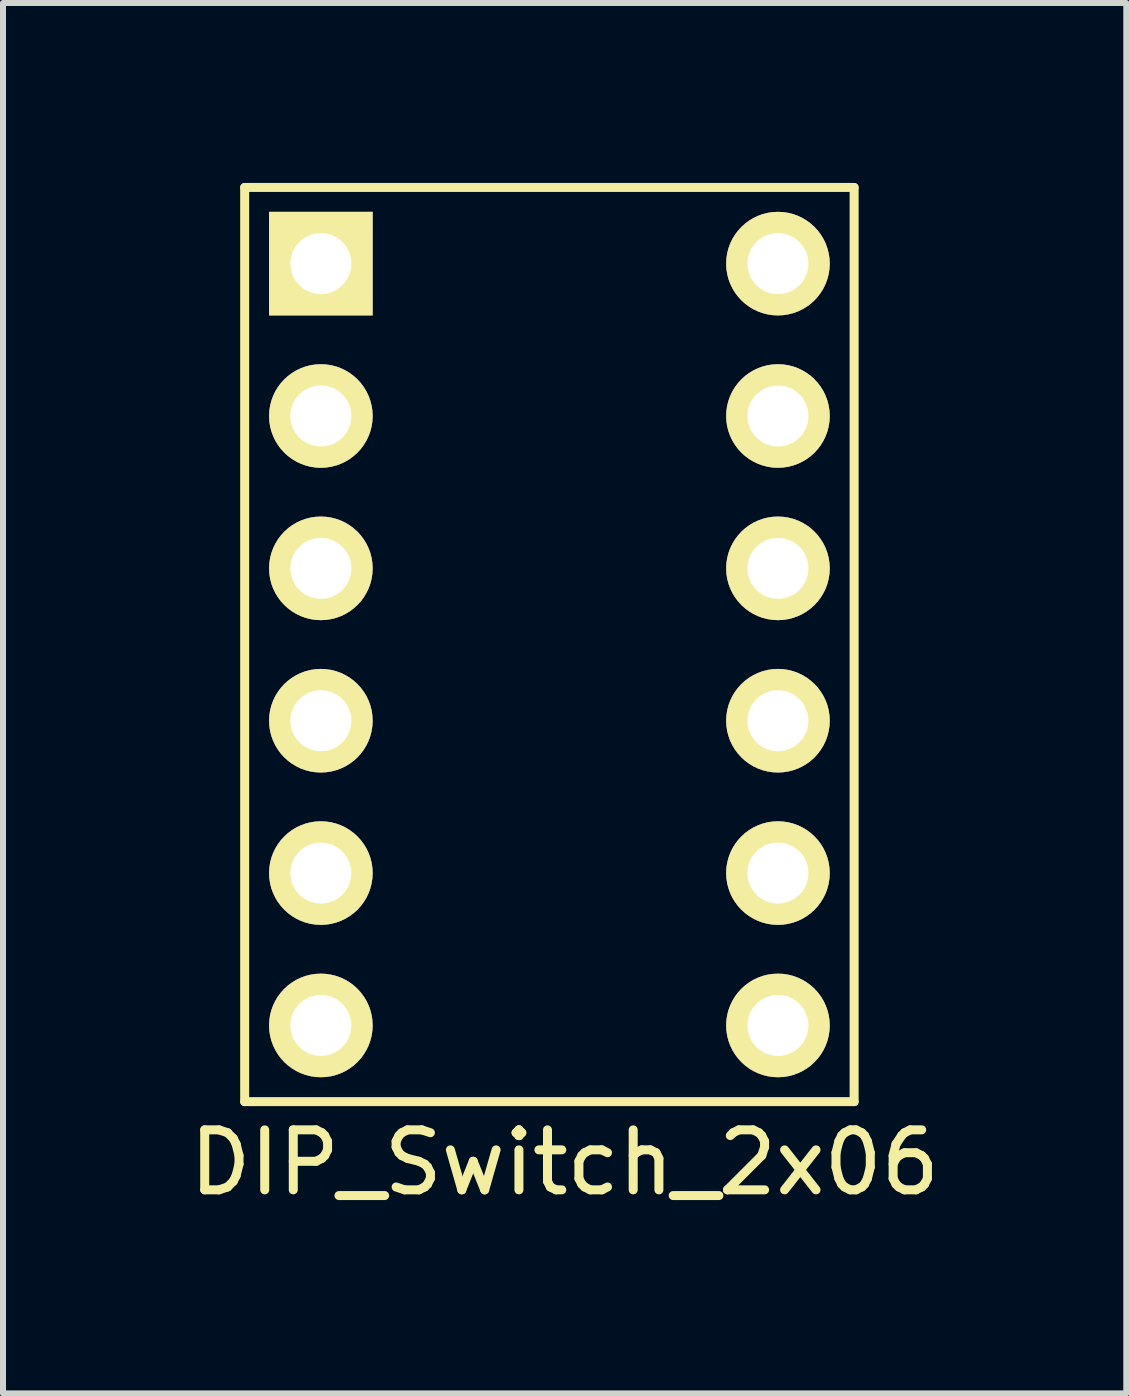
<source format=kicad_pcb>
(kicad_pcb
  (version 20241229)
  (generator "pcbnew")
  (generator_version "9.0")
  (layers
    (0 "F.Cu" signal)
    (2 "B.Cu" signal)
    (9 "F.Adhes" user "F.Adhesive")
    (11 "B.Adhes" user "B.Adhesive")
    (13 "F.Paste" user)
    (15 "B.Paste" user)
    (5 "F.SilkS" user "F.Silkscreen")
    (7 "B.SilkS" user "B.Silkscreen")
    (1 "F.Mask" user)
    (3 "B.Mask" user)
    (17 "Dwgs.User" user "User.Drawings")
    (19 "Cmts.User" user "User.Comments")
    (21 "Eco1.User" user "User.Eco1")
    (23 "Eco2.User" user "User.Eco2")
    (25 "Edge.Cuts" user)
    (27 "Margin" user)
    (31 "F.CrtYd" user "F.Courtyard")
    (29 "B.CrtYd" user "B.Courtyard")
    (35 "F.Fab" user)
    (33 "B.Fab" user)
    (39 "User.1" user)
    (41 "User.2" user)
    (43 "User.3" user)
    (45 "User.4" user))
  (footprint "DIP_Switch_2x06"
    (layer "F.Cu")
    (at 2.299 1.345)
    (property "Reference" "DIP_Switch_2x06" (at 4.064 14.986 0) (layer "F.SilkS") (effects (font (size 1 1) (thickness 0.15))))
    (attr through_hole)
    (fp_line (start -1.27 -1.27) (end 8.89 -1.27) (stroke (width 0.15) (type solid)) (layer "F.SilkS"))
    (fp_line (start -1.27 13.97) (end -1.27 -1.27) (stroke (width 0.15) (type solid)) (layer "F.SilkS"))
    (fp_line (start 8.89 13.97) (end -1.27 13.97) (stroke (width 0.15) (type solid)) (layer "F.SilkS"))
    (fp_line (start 8.89 13.97) (end 8.89 -1.27) (stroke (width 0.15) (type solid)) (layer "F.SilkS"))
    (pad "1" thru_hole rect (at 0 0) (size 1.727 1.727) (drill 1.016) (layers "*.Cu" "*.Mask" "F.SilkS"))
    (pad "2" thru_hole oval (at 0 2.54) (size 1.727 1.727) (drill 1.016) (layers "*.Cu" "*.Mask" "F.SilkS"))
    (pad "3" thru_hole oval (at 0 5.08) (size 1.727 1.727) (drill 1.016) (layers "*.Cu" "*.Mask" "F.SilkS"))
    (pad "4" thru_hole oval (at 0 7.62) (size 1.727 1.727) (drill 1.016) (layers "*.Cu" "*.Mask" "F.SilkS"))
    (pad "5" thru_hole oval (at 0 10.16) (size 1.727 1.727) (drill 1.016) (layers "*.Cu" "*.Mask" "F.SilkS"))
    (pad "6" thru_hole oval (at 0 12.7) (size 1.727 1.727) (drill 1.016) (layers "*.Cu" "*.Mask" "F.SilkS"))
    (pad "7" thru_hole oval (at 7.62 0) (size 1.727 1.727) (drill 1.016) (layers "*.Cu" "*.Mask" "F.SilkS"))
    (pad "8" thru_hole oval (at 7.62 2.54) (size 1.727 1.727) (drill 1.016) (layers "*.Cu" "*.Mask" "F.SilkS"))
    (pad "9" thru_hole oval (at 7.62 5.08) (size 1.727 1.727) (drill 1.016) (layers "*.Cu" "*.Mask" "F.SilkS"))
    (pad "10" thru_hole oval (at 7.62 7.62) (size 1.727 1.727) (drill 1.016) (layers "*.Cu" "*.Mask" "F.SilkS"))
    (pad "11" thru_hole oval (at 7.62 10.16) (size 1.727 1.727) (drill 1.016) (layers "*.Cu" "*.Mask" "F.SilkS"))
    (pad "12" thru_hole oval (at 7.62 12.7) (size 1.727 1.727) (drill 1.016) (layers "*.Cu" "*.Mask" "F.SilkS")))
  (gr_rect
    (start -3 -3)
    (end 15.726 20.179)
    (stroke (width 0.1) (type default))
    (fill no)
    (layer "Edge.Cuts")))
</source>
